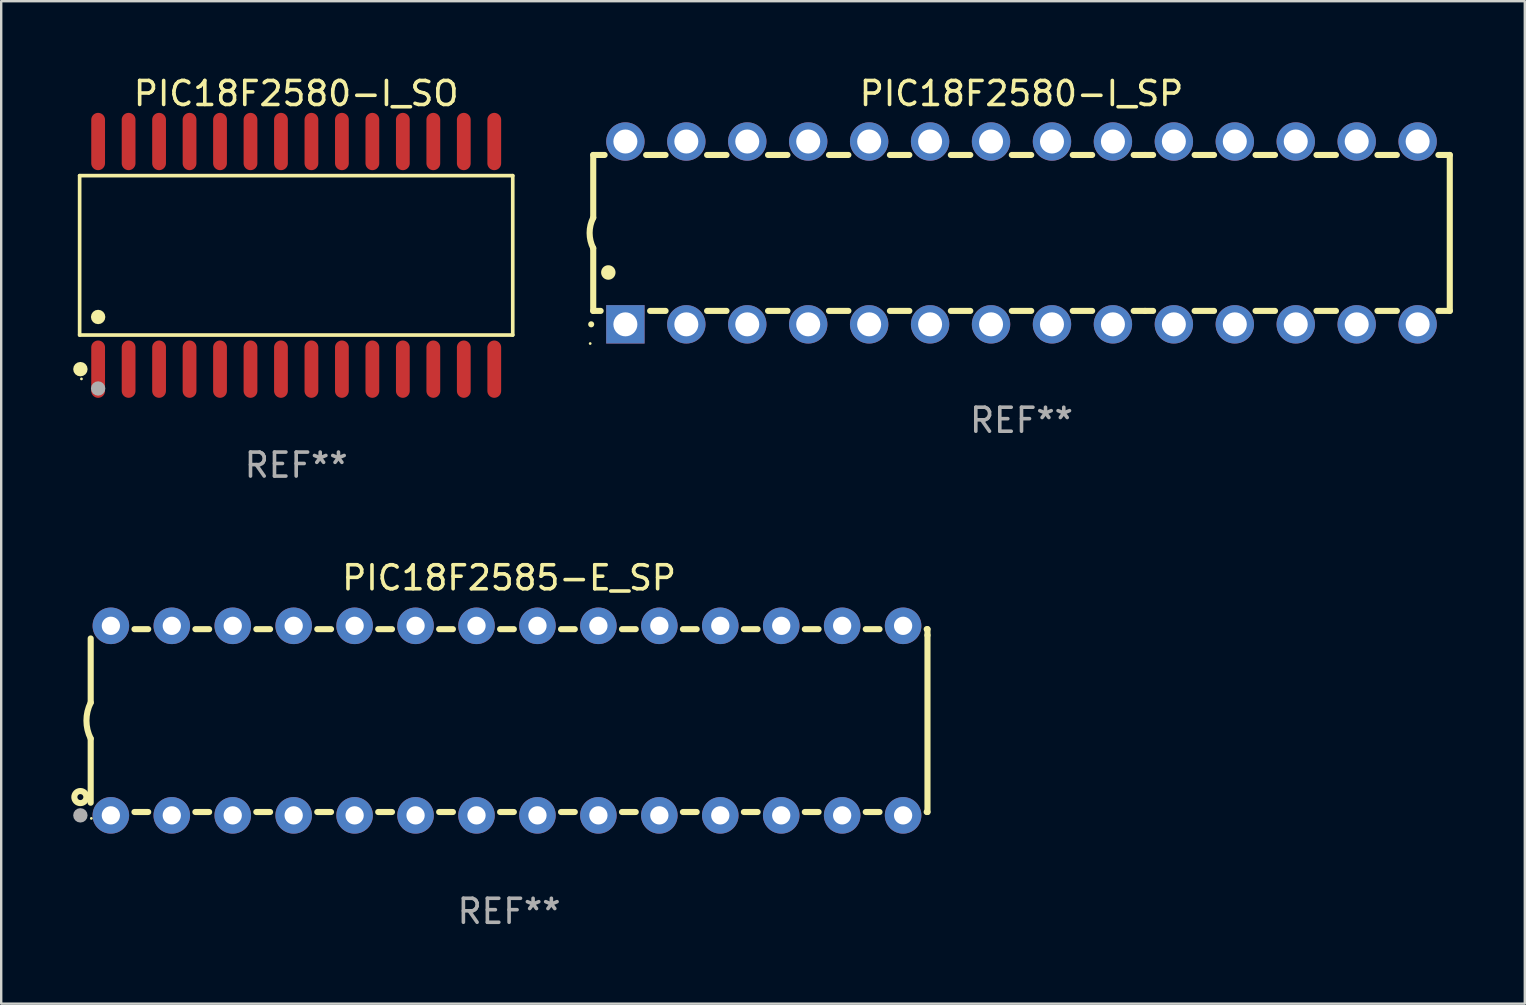
<source format=kicad_pcb>
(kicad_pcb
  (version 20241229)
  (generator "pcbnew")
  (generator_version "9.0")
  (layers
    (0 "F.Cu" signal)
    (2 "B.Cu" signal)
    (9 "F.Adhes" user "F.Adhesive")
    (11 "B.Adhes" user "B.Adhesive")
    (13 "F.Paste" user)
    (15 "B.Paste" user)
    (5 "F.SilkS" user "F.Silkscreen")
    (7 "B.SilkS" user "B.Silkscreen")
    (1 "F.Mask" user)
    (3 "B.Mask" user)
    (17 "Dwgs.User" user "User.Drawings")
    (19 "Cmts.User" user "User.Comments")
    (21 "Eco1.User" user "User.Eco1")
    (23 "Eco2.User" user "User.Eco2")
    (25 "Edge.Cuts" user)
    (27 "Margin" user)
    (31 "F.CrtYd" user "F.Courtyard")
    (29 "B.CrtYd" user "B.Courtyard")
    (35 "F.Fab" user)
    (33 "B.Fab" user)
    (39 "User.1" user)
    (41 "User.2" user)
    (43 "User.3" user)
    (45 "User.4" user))
  (footprint "PIC18F2585-E_SP"
    (layer "F.Cu")
    (at 18.168 26.983)
    (property "Reference" "PIC18F2585-E_SP" (at 0 -5.95 0) (layer "F.SilkS") (effects (font (size 1 1) (thickness 0.15))))
    (attr through_hole)
    (fp_line (start -17.438 0.75) (end -17.438 3.423) (stroke (width 0.254) (type solid)) (layer "F.SilkS"))
    (fp_line (start -17.438 -3.423) (end -17.438 -0.75) (stroke (width 0.254) (type solid)) (layer "F.SilkS"))
    (fp_line (start -15.615 3.81) (end -15.041 3.81) (stroke (width 0.254) (type solid)) (layer "F.SilkS"))
    (fp_line (start -15.041 -3.81) (end -15.614 -3.81) (stroke (width 0.254) (type solid)) (layer "F.SilkS"))
    (fp_line (start -13.075 3.81) (end -12.501 3.81) (stroke (width 0.254) (type solid)) (layer "F.SilkS"))
    (fp_line (start -12.501 -3.81) (end -13.074 -3.81) (stroke (width 0.254) (type solid)) (layer "F.SilkS"))
    (fp_line (start -10.535 3.81) (end -9.961 3.81) (stroke (width 0.254) (type solid)) (layer "F.SilkS"))
    (fp_line (start -9.961 -3.81) (end -10.534 -3.81) (stroke (width 0.254) (type solid)) (layer "F.SilkS"))
    (fp_line (start -7.995 3.81) (end -7.421 3.81) (stroke (width 0.254) (type solid)) (layer "F.SilkS"))
    (fp_line (start -7.421 -3.81) (end -7.995 -3.81) (stroke (width 0.254) (type solid)) (layer "F.SilkS"))
    (fp_line (start -5.455 3.81) (end -4.881 3.81) (stroke (width 0.254) (type solid)) (layer "F.SilkS"))
    (fp_line (start -4.881 -3.81) (end -5.455 -3.81) (stroke (width 0.254) (type solid)) (layer "F.SilkS"))
    (fp_line (start -2.915 3.81) (end -2.341 3.81) (stroke (width 0.254) (type solid)) (layer "F.SilkS"))
    (fp_line (start -2.341 -3.81) (end -2.915 -3.81) (stroke (width 0.254) (type solid)) (layer "F.SilkS"))
    (fp_line (start -0.375 3.81) (end 0.199 3.81) (stroke (width 0.254) (type solid)) (layer "F.SilkS"))
    (fp_line (start 0.199 -3.81) (end -0.375 -3.81) (stroke (width 0.254) (type solid)) (layer "F.SilkS"))
    (fp_line (start 2.165 3.81) (end 2.739 3.81) (stroke (width 0.254) (type solid)) (layer "F.SilkS"))
    (fp_line (start 2.739 -3.81) (end 2.165 -3.81) (stroke (width 0.254) (type solid)) (layer "F.SilkS"))
    (fp_line (start 4.705 3.81) (end 5.279 3.81) (stroke (width 0.254) (type solid)) (layer "F.SilkS"))
    (fp_line (start 5.279 -3.81) (end 4.705 -3.81) (stroke (width 0.254) (type solid)) (layer "F.SilkS"))
    (fp_line (start 7.245 3.81) (end 7.819 3.81) (stroke (width 0.254) (type solid)) (layer "F.SilkS"))
    (fp_line (start 7.819 -3.81) (end 7.245 -3.81) (stroke (width 0.254) (type solid)) (layer "F.SilkS"))
    (fp_line (start 9.785 3.81) (end 10.359 3.81) (stroke (width 0.254) (type solid)) (layer "F.SilkS"))
    (fp_line (start 10.359 -3.81) (end 9.785 -3.81) (stroke (width 0.254) (type solid)) (layer "F.SilkS"))
    (fp_line (start 12.325 3.81) (end 12.899 3.81) (stroke (width 0.254) (type solid)) (layer "F.SilkS"))
    (fp_line (start 12.899 -3.81) (end 12.325 -3.81) (stroke (width 0.254) (type solid)) (layer "F.SilkS"))
    (fp_line (start 14.865 3.81) (end 15.439 3.81) (stroke (width 0.254) (type solid)) (layer "F.SilkS"))
    (fp_line (start 15.439 -3.81) (end 14.865 -3.81) (stroke (width 0.254) (type solid)) (layer "F.SilkS"))
    (fp_line (start 17.405 3.81) (end 17.438 3.81) (stroke (width 0.254) (type solid)) (layer "F.SilkS"))
    (fp_line (start 17.438 -3.81) (end 17.405 -3.81) (stroke (width 0.254) (type solid)) (layer "F.SilkS"))
    (fp_line (start 17.438 -3.556) (end 17.438 -3.81) (stroke (width 0.254) (type solid)) (layer "F.SilkS"))
    (fp_line (start 17.438 3.81) (end 17.438 -3.556) (stroke (width 0.254) (type solid)) (layer "F.SilkS"))
    (fp_arc (start -17.437986 0.749657) (mid -17.614887 -0.000024) (end -17.437783 -0.749657) (stroke (width 0.254001) (type solid)) (layer "F.SilkS"))
    (fp_circle (center -17.868 3.188) (end -17.743 3.188) (stroke (width 0.254) (type solid)) (fill no) (layer "F.SilkS"))
    (fp_circle (center -17.411 4.077) (end -17.381 4.077) (stroke (width 0.06) (type solid)) (fill no) (layer "F.SilkS"))
    (fp_circle (center -17.868 3.95) (end -17.718 3.95) (stroke (width 0.3) (type solid)) (fill no) (layer "F.Fab"))
    (fp_text user "REF**" (at 0 7.95 0) (layer "F.Fab") (effects (font (size 1 1) (thickness 0.15))))
    (pad "1" thru_hole circle (at -16.598 3.95) (size 1.524 1.524) (drill 0.762) (layers "*.Cu" "*.Mask"))
    (pad "2" thru_hole circle (at -14.058 3.95) (size 1.524 1.524) (drill 0.762) (layers "*.Cu" "*.Mask"))
    (pad "3" thru_hole circle (at -11.518 3.95) (size 1.524 1.524) (drill 0.762) (layers "*.Cu" "*.Mask"))
    (pad "4" thru_hole circle (at -8.978 3.95) (size 1.524 1.524) (drill 0.762) (layers "*.Cu" "*.Mask"))
    (pad "5" thru_hole circle (at -6.438 3.95) (size 1.524 1.524) (drill 0.762) (layers "*.Cu" "*.Mask"))
    (pad "6" thru_hole circle (at -3.898 3.95) (size 1.524 1.524) (drill 0.762) (layers "*.Cu" "*.Mask"))
    (pad "7" thru_hole circle (at -1.358 3.95) (size 1.524 1.524) (drill 0.762) (layers "*.Cu" "*.Mask"))
    (pad "8" thru_hole circle (at 1.182 3.95) (size 1.524 1.524) (drill 0.762) (layers "*.Cu" "*.Mask"))
    (pad "9" thru_hole circle (at 3.722 3.95) (size 1.524 1.524) (drill 0.762) (layers "*.Cu" "*.Mask"))
    (pad "10" thru_hole circle (at 6.262 3.95) (size 1.524 1.524) (drill 0.762) (layers "*.Cu" "*.Mask"))
    (pad "11" thru_hole circle (at 8.802 3.95) (size 1.524 1.524) (drill 0.762) (layers "*.Cu" "*.Mask"))
    (pad "12" thru_hole circle (at 11.342 3.95) (size 1.524 1.524) (drill 0.762) (layers "*.Cu" "*.Mask"))
    (pad "13" thru_hole circle (at 13.882 3.95) (size 1.524 1.524) (drill 0.762) (layers "*.Cu" "*.Mask"))
    (pad "14" thru_hole circle (at 16.422 3.95) (size 1.524 1.524) (drill 0.762) (layers "*.Cu" "*.Mask"))
    (pad "15" thru_hole circle (at 16.422 -3.95) (size 1.524 1.524) (drill 0.762) (layers "*.Cu" "*.Mask"))
    (pad "16" thru_hole circle (at 13.882 -3.95) (size 1.524 1.524) (drill 0.762) (layers "*.Cu" "*.Mask"))
    (pad "17" thru_hole circle (at 11.342 -3.95) (size 1.524 1.524) (drill 0.762) (layers "*.Cu" "*.Mask"))
    (pad "18" thru_hole circle (at 8.802 -3.95) (size 1.524 1.524) (drill 0.762) (layers "*.Cu" "*.Mask"))
    (pad "19" thru_hole circle (at 6.262 -3.95) (size 1.524 1.524) (drill 0.762) (layers "*.Cu" "*.Mask"))
    (pad "20" thru_hole circle (at 3.722 -3.95) (size 1.524 1.524) (drill 0.762) (layers "*.Cu" "*.Mask"))
    (pad "21" thru_hole circle (at 1.182 -3.95) (size 1.524 1.524) (drill 0.762) (layers "*.Cu" "*.Mask"))
    (pad "22" thru_hole circle (at -1.358 -3.95) (size 1.524 1.524) (drill 0.762) (layers "*.Cu" "*.Mask"))
    (pad "23" thru_hole circle (at -3.898 -3.95) (size 1.524 1.524) (drill 0.762) (layers "*.Cu" "*.Mask"))
    (pad "24" thru_hole circle (at -6.438 -3.95) (size 1.524 1.524) (drill 0.762) (layers "*.Cu" "*.Mask"))
    (pad "25" thru_hole circle (at -8.978 -3.95) (size 1.524 1.524) (drill 0.762) (layers "*.Cu" "*.Mask"))
    (pad "26" thru_hole circle (at -11.517 -3.95) (size 1.524 1.524) (drill 0.762) (layers "*.Cu" "*.Mask"))
    (pad "27" thru_hole circle (at -14.057 -3.95) (size 1.524 1.524) (drill 0.762) (layers "*.Cu" "*.Mask"))
    (pad "28" thru_hole circle (at -16.597 -3.95) (size 1.524 1.524) (drill 0.762) (layers "*.Cu" "*.Mask")))
  (footprint "PIC18F2580-I_SP"
    (layer "F.Cu")
    (at 39.525 6.658)
    (property "Reference" "PIC18F2580-I_SP" (at 0 -5.81 0) (layer "F.SilkS") (effects (font (size 1 1) (thickness 0.15))))
    (attr through_hole)
    (fp_line (start -17.85 -3.25) (end -17.85 -0.635) (stroke (width 0.254) (type solid)) (layer "F.SilkS"))
    (fp_line (start -17.85 3.25) (end -17.85 0.635) (stroke (width 0.254) (type solid)) (layer "F.SilkS"))
    (fp_line (start -17.85 3.25) (end -17.541 3.25) (stroke (width 0.254) (type solid)) (layer "F.SilkS"))
    (fp_line (start -17.375 -3.25) (end -17.85 -3.25) (stroke (width 0.254) (type solid)) (layer "F.SilkS"))
    (fp_line (start -15.479 3.25) (end -14.835 3.25) (stroke (width 0.254) (type solid)) (layer "F.SilkS"))
    (fp_line (start -14.835 -3.25) (end -15.645 -3.25) (stroke (width 0.254) (type solid)) (layer "F.SilkS"))
    (fp_line (start -13.105 3.25) (end -12.295 3.25) (stroke (width 0.254) (type solid)) (layer "F.SilkS"))
    (fp_line (start -12.295 -3.25) (end -13.105 -3.25) (stroke (width 0.254) (type solid)) (layer "F.SilkS"))
    (fp_line (start -10.565 3.25) (end -9.755 3.25) (stroke (width 0.254) (type solid)) (layer "F.SilkS"))
    (fp_line (start -9.755 -3.25) (end -10.565 -3.25) (stroke (width 0.254) (type solid)) (layer "F.SilkS"))
    (fp_line (start -8.025 3.25) (end -7.215 3.25) (stroke (width 0.254) (type solid)) (layer "F.SilkS"))
    (fp_line (start -7.215 -3.25) (end -8.025 -3.25) (stroke (width 0.254) (type solid)) (layer "F.SilkS"))
    (fp_line (start -5.485 3.25) (end -4.675 3.25) (stroke (width 0.254) (type solid)) (layer "F.SilkS"))
    (fp_line (start -4.675 -3.25) (end -5.485 -3.25) (stroke (width 0.254) (type solid)) (layer "F.SilkS"))
    (fp_line (start -2.945 3.25) (end -2.135 3.25) (stroke (width 0.254) (type solid)) (layer "F.SilkS"))
    (fp_line (start -2.135 -3.25) (end -2.945 -3.25) (stroke (width 0.254) (type solid)) (layer "F.SilkS"))
    (fp_line (start -0.405 3.25) (end 0.405 3.25) (stroke (width 0.254) (type solid)) (layer "F.SilkS"))
    (fp_line (start 0.405 -3.25) (end -0.405 -3.25) (stroke (width 0.254) (type solid)) (layer "F.SilkS"))
    (fp_line (start 2.135 3.25) (end 2.945 3.25) (stroke (width 0.254) (type solid)) (layer "F.SilkS"))
    (fp_line (start 2.945 -3.25) (end 2.135 -3.25) (stroke (width 0.254) (type solid)) (layer "F.SilkS"))
    (fp_line (start 4.675 3.25) (end 5.15 3.25) (stroke (width 0.254) (type solid)) (layer "F.SilkS"))
    (fp_line (start 5.15 -3.25) (end 4.675 -3.25) (stroke (width 0.254) (type solid)) (layer "F.SilkS"))
    (fp_line (start 5.15 -3.25) (end 5.485 -3.25) (stroke (width 0.254) (type solid)) (layer "F.SilkS"))
    (fp_line (start 5.15 3.25) (end 5.485 3.25) (stroke (width 0.254) (type solid)) (layer "F.SilkS"))
    (fp_line (start 7.215 -3.25) (end 8.025 -3.25) (stroke (width 0.254) (type solid)) (layer "F.SilkS"))
    (fp_line (start 7.215 3.25) (end 8.025 3.25) (stroke (width 0.254) (type solid)) (layer "F.SilkS"))
    (fp_line (start 9.755 -3.25) (end 10.565 -3.25) (stroke (width 0.254) (type solid)) (layer "F.SilkS"))
    (fp_line (start 9.755 3.25) (end 10.565 3.25) (stroke (width 0.254) (type solid)) (layer "F.SilkS"))
    (fp_line (start 12.295 -3.25) (end 13.105 -3.25) (stroke (width 0.254) (type solid)) (layer "F.SilkS"))
    (fp_line (start 12.295 3.25) (end 13.105 3.25) (stroke (width 0.254) (type solid)) (layer "F.SilkS"))
    (fp_line (start 14.835 -3.25) (end 15.645 -3.25) (stroke (width 0.254) (type solid)) (layer "F.SilkS"))
    (fp_line (start 14.835 3.25) (end 15.645 3.25) (stroke (width 0.254) (type solid)) (layer "F.SilkS"))
    (fp_line (start 17.375 -3.25) (end 17.85 -3.25) (stroke (width 0.254) (type solid)) (layer "F.SilkS"))
    (fp_line (start 17.375 3.25) (end 17.85 3.25) (stroke (width 0.254) (type solid)) (layer "F.SilkS"))
    (fp_line (start 17.85 -3.25) (end 17.85 3.25) (stroke (width 0.254) (type solid)) (layer "F.SilkS"))
    (fp_arc (start -17.934976 3.810008) (mid -17.934983 3.808738) (end -17.934976 3.807468) (stroke (width 0.25) (type solid)) (layer "F.SilkS"))
    (fp_arc (start -17.851155 0.635002) (mid -18.000677 -0.000132) (end -17.850038 -0.635001) (stroke (width 0.254001) (type solid)) (layer "F.SilkS"))
    (fp_arc (start -17.221234 1.651003) (mid -17.221245 1.648463) (end -17.221234 1.645923) (stroke (width 0.6) (type solid)) (layer "F.SilkS"))
    (fp_circle (center -17.977 4.61) (end -17.947 4.61) (stroke (width 0.06) (type solid)) (fill no) (layer "F.SilkS"))
    (fp_text user "REF**" (at 0 7.81 0) (layer "F.Fab") (effects (font (size 1 1) (thickness 0.15))))
    (pad "1" thru_hole rect (at -16.51 3.81 90) (size 1.6 1.6) (drill 1) (layers "*.Cu" "*.Mask"))
    (pad "2" thru_hole circle (at -13.97 3.81 90) (size 1.6 1.6) (drill 1) (layers "*.Cu" "*.Mask"))
    (pad "3" thru_hole circle (at -11.43 3.81 90) (size 1.6 1.6) (drill 1) (layers "*.Cu" "*.Mask"))
    (pad "4" thru_hole circle (at -8.89 3.81 90) (size 1.6 1.6) (drill 1) (layers "*.Cu" "*.Mask"))
    (pad "5" thru_hole circle (at -6.35 3.81 90) (size 1.6 1.6) (drill 1) (layers "*.Cu" "*.Mask"))
    (pad "6" thru_hole circle (at -3.81 3.81 90) (size 1.6 1.6) (drill 1) (layers "*.Cu" "*.Mask"))
    (pad "7" thru_hole circle (at -1.27 3.81 90) (size 1.6 1.6) (drill 1) (layers "*.Cu" "*.Mask"))
    (pad "8" thru_hole circle (at 1.27 3.81 90) (size 1.6 1.6) (drill 1) (layers "*.Cu" "*.Mask"))
    (pad "9" thru_hole circle (at 3.81 3.81 90) (size 1.6 1.6) (drill 1) (layers "*.Cu" "*.Mask"))
    (pad "10" thru_hole circle (at 6.35 3.81 90) (size 1.6 1.6) (drill 1) (layers "*.Cu" "*.Mask"))
    (pad "11" thru_hole circle (at 8.89 3.81 90) (size 1.6 1.6) (drill 1) (layers "*.Cu" "*.Mask"))
    (pad "12" thru_hole circle (at 11.43 3.81 90) (size 1.6 1.6) (drill 1) (layers "*.Cu" "*.Mask"))
    (pad "13" thru_hole circle (at 13.97 3.81 90) (size 1.6 1.6) (drill 1) (layers "*.Cu" "*.Mask"))
    (pad "14" thru_hole circle (at 16.51 3.81 90) (size 1.6 1.6) (drill 1) (layers "*.Cu" "*.Mask"))
    (pad "15" thru_hole circle (at 16.51 -3.81 90) (size 1.6 1.6) (drill 1) (layers "*.Cu" "*.Mask"))
    (pad "16" thru_hole circle (at 13.97 -3.81 90) (size 1.6 1.6) (drill 1) (layers "*.Cu" "*.Mask"))
    (pad "17" thru_hole circle (at 11.43 -3.81 90) (size 1.6 1.6) (drill 1) (layers "*.Cu" "*.Mask"))
    (pad "18" thru_hole circle (at 8.89 -3.81 90) (size 1.6 1.6) (drill 1) (layers "*.Cu" "*.Mask"))
    (pad "19" thru_hole circle (at 6.35 -3.81 90) (size 1.6 1.6) (drill 1) (layers "*.Cu" "*.Mask"))
    (pad "20" thru_hole circle (at 3.81 -3.81 90) (size 1.6 1.6) (drill 1) (layers "*.Cu" "*.Mask"))
    (pad "21" thru_hole circle (at 1.27 -3.81 90) (size 1.6 1.6) (drill 1) (layers "*.Cu" "*.Mask"))
    (pad "22" thru_hole circle (at -1.27 -3.81 90) (size 1.6 1.6) (drill 1) (layers "*.Cu" "*.Mask"))
    (pad "23" thru_hole circle (at -3.81 -3.81 90) (size 1.6 1.6) (drill 1) (layers "*.Cu" "*.Mask"))
    (pad "24" thru_hole circle (at -6.35 -3.81 90) (size 1.6 1.6) (drill 1) (layers "*.Cu" "*.Mask"))
    (pad "25" thru_hole circle (at -8.89 -3.81 90) (size 1.6 1.6) (drill 1) (layers "*.Cu" "*.Mask"))
    (pad "26" thru_hole circle (at -11.43 -3.81 90) (size 1.6 1.6) (drill 1) (layers "*.Cu" "*.Mask"))
    (pad "27" thru_hole circle (at -13.97 -3.81 90) (size 1.6 1.6) (drill 1) (layers "*.Cu" "*.Mask"))
    (pad "28" thru_hole circle (at -16.51 -3.81 90) (size 1.6 1.6) (drill 1) (layers "*.Cu" "*.Mask")))
  (footprint "PIC18F2580-I_SO"
    (layer "F.Cu")
    (at 9.295 7.592)
    (property "Reference" "PIC18F2580-I_SO" (at 0 -6.744 0) (layer "F.SilkS") (effects (font (size 1 1) (thickness 0.15))))
    (attr through_hole)
    (fp_line (start -9.026 -3.321) (end 9.026 -3.321) (stroke (width 0.152) (type solid)) (layer "F.SilkS"))
    (fp_line (start -9.026 3.321) (end -9.026 -3.321) (stroke (width 0.152) (type solid)) (layer "F.SilkS"))
    (fp_line (start 9.026 -3.321) (end 9.026 3.321) (stroke (width 0.152) (type solid)) (layer "F.SilkS"))
    (fp_line (start 9.026 3.321) (end -9.026 3.321) (stroke (width 0.152) (type solid)) (layer "F.SilkS"))
    (fp_circle (center -8.994 4.744) (end -8.844 4.744) (stroke (width 0.3) (type solid)) (fill no) (layer "F.SilkS"))
    (fp_circle (center -8.95 5.15) (end -8.92 5.15) (stroke (width 0.06) (type solid)) (fill no) (layer "F.SilkS"))
    (fp_circle (center -8.255 2.569) (end -8.105 2.569) (stroke (width 0.3) (type solid)) (fill no) (layer "F.SilkS"))
    (fp_circle (center -8.255 5.55) (end -8.105 5.55) (stroke (width 0.3) (type solid)) (fill no) (layer "F.Fab"))
    (fp_text user "REF**" (at 0 8.744 0) (layer "F.Fab") (effects (font (size 1 1) (thickness 0.15))))
    (pad "1" smd oval (at -8.255 4.744) (size 0.574 2.388) (layers "F.Cu" "F.Mask" "F.Paste"))
    (pad "2" smd oval (at -6.985 4.744) (size 0.574 2.388) (layers "F.Cu" "F.Mask" "F.Paste"))
    (pad "3" smd oval (at -5.715 4.744) (size 0.574 2.388) (layers "F.Cu" "F.Mask" "F.Paste"))
    (pad "4" smd oval (at -4.445 4.744) (size 0.574 2.388) (layers "F.Cu" "F.Mask" "F.Paste"))
    (pad "5" smd oval (at -3.175 4.744) (size 0.574 2.388) (layers "F.Cu" "F.Mask" "F.Paste"))
    (pad "6" smd oval (at -1.905 4.744) (size 0.574 2.388) (layers "F.Cu" "F.Mask" "F.Paste"))
    (pad "7" smd oval (at -0.635 4.744) (size 0.574 2.388) (layers "F.Cu" "F.Mask" "F.Paste"))
    (pad "8" smd oval (at 0.635 4.744) (size 0.574 2.388) (layers "F.Cu" "F.Mask" "F.Paste"))
    (pad "9" smd oval (at 1.905 4.744) (size 0.574 2.388) (layers "F.Cu" "F.Mask" "F.Paste"))
    (pad "10" smd oval (at 3.175 4.744) (size 0.574 2.388) (layers "F.Cu" "F.Mask" "F.Paste"))
    (pad "11" smd oval (at 4.445 4.744) (size 0.574 2.388) (layers "F.Cu" "F.Mask" "F.Paste"))
    (pad "12" smd oval (at 5.715 4.744) (size 0.574 2.388) (layers "F.Cu" "F.Mask" "F.Paste"))
    (pad "13" smd oval (at 6.985 4.744) (size 0.574 2.388) (layers "F.Cu" "F.Mask" "F.Paste"))
    (pad "14" smd oval (at 8.255 4.744) (size 0.574 2.388) (layers "F.Cu" "F.Mask" "F.Paste"))
    (pad "15" smd oval (at 8.255 -4.744) (size 0.574 2.388) (layers "F.Cu" "F.Mask" "F.Paste"))
    (pad "16" smd oval (at 6.985 -4.744) (size 0.574 2.388) (layers "F.Cu" "F.Mask" "F.Paste"))
    (pad "17" smd oval (at 5.715 -4.744) (size 0.574 2.388) (layers "F.Cu" "F.Mask" "F.Paste"))
    (pad "18" smd oval (at 4.445 -4.744) (size 0.574 2.388) (layers "F.Cu" "F.Mask" "F.Paste"))
    (pad "19" smd oval (at 3.175 -4.744) (size 0.574 2.388) (layers "F.Cu" "F.Mask" "F.Paste"))
    (pad "20" smd oval (at 1.905 -4.744) (size 0.574 2.388) (layers "F.Cu" "F.Mask" "F.Paste"))
    (pad "21" smd oval (at 0.635 -4.744) (size 0.574 2.388) (layers "F.Cu" "F.Mask" "F.Paste"))
    (pad "22" smd oval (at -0.635 -4.744) (size 0.574 2.388) (layers "F.Cu" "F.Mask" "F.Paste"))
    (pad "23" smd oval (at -1.905 -4.744) (size 0.574 2.388) (layers "F.Cu" "F.Mask" "F.Paste"))
    (pad "24" smd oval (at -3.175 -4.744) (size 0.574 2.388) (layers "F.Cu" "F.Mask" "F.Paste"))
    (pad "25" smd oval (at -4.445 -4.744) (size 0.574 2.388) (layers "F.Cu" "F.Mask" "F.Paste"))
    (pad "26" smd oval (at -5.715 -4.744) (size 0.574 2.388) (layers "F.Cu" "F.Mask" "F.Paste"))
    (pad "27" smd oval (at -6.985 -4.744) (size 0.574 2.388) (layers "F.Cu" "F.Mask" "F.Paste"))
    (pad "28" smd oval (at -8.255 -4.744) (size 0.574 2.388) (layers "F.Cu" "F.Mask" "F.Paste")))
  (gr_rect
    (start -3 -3)
    (end 60.502 38.781)
    (stroke (width 0.1) (type default))
    (fill no)
    (layer "Edge.Cuts")))
</source>
